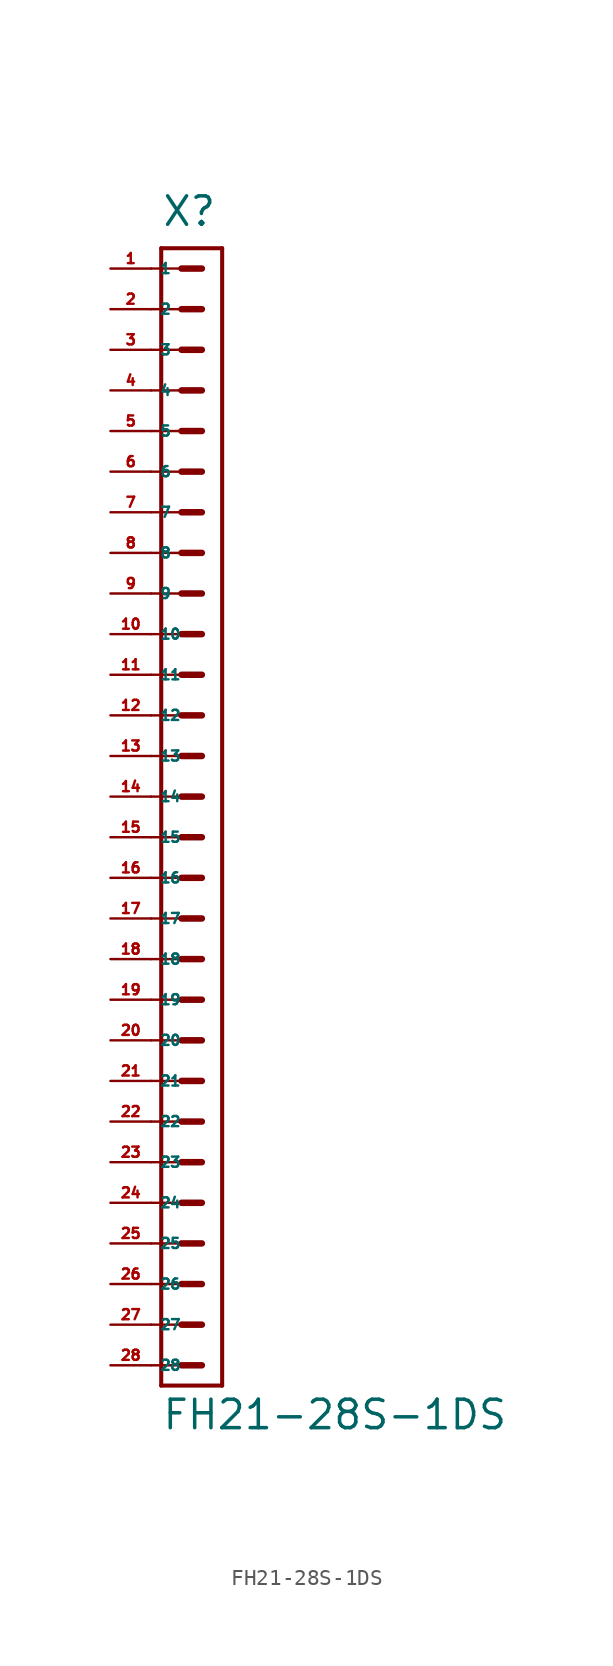
<source format=kicad_sym>
(kicad_symbol_lib
  (version 20220914)
  (generator Eagle2Kicad)
  (symbol "FH21-28S-1DS"
    (property "Reference" "X"
      (at -1.905 35.56 0)
      (effects (font (size 1.778 1.778) (thickness 0.22)) (justify left bottom)))
    (property "Value" "FH21-28S-1DS"
      (at -1.905 -39.688 0)
      (effects (font (size 1.778 1.778) (thickness 0.22)) (justify left bottom)))
    (polyline
      (pts (xy 1.905 34.29) (xy -1.905 34.29))
      (stroke (width 0.254) (type default))
      (fill (type none)))
    (polyline
      (pts (xy -1.905 -36.83) (xy -1.905 34.29))
      (stroke (width 0.254) (type default))
      (fill (type none)))
    (polyline
      (pts (xy -1.905 -36.83) (xy 1.905 -36.83))
      (stroke (width 0.254) (type default))
      (fill (type none)))
    (polyline
      (pts (xy 1.905 34.29) (xy 1.905 -36.83))
      (stroke (width 0.254) (type default))
      (fill (type none)))
    (polyline
      (pts (xy -2.54 33.02) (xy -0.635 33.02))
      (stroke (width 0.152) (type default))
      (fill (type none)))
    (polyline
      (pts (xy -2.54 30.48) (xy -0.635 30.48))
      (stroke (width 0.152) (type default))
      (fill (type none)))
    (polyline
      (pts (xy -2.54 27.94) (xy -0.635 27.94))
      (stroke (width 0.152) (type default))
      (fill (type none)))
    (polyline
      (pts (xy -2.54 25.4) (xy -0.635 25.4))
      (stroke (width 0.152) (type default))
      (fill (type none)))
    (polyline
      (pts (xy -2.54 22.86) (xy -0.635 22.86))
      (stroke (width 0.152) (type default))
      (fill (type none)))
    (polyline
      (pts (xy -2.54 20.32) (xy -0.635 20.32))
      (stroke (width 0.152) (type default))
      (fill (type none)))
    (polyline
      (pts (xy -0.635 33.02) (xy 0.635 33.02))
      (stroke (width 0.406) (type default))
      (fill (type none)))
    (polyline
      (pts (xy -0.635 30.48) (xy 0.635 30.48))
      (stroke (width 0.406) (type default))
      (fill (type none)))
    (polyline
      (pts (xy -0.635 27.94) (xy 0.635 27.94))
      (stroke (width 0.406) (type default))
      (fill (type none)))
    (polyline
      (pts (xy -0.635 25.4) (xy 0.635 25.4))
      (stroke (width 0.406) (type default))
      (fill (type none)))
    (polyline
      (pts (xy -0.635 22.86) (xy 0.635 22.86))
      (stroke (width 0.406) (type default))
      (fill (type none)))
    (polyline
      (pts (xy -0.635 20.32) (xy 0.635 20.32))
      (stroke (width 0.406) (type default))
      (fill (type none)))
    (polyline
      (pts (xy -2.54 17.78) (xy -0.635 17.78))
      (stroke (width 0.152) (type default))
      (fill (type none)))
    (polyline
      (pts (xy -2.54 15.24) (xy -0.635 15.24))
      (stroke (width 0.152) (type default))
      (fill (type none)))
    (polyline
      (pts (xy -0.635 17.78) (xy 0.635 17.78))
      (stroke (width 0.406) (type default))
      (fill (type none)))
    (polyline
      (pts (xy -0.635 15.24) (xy 0.635 15.24))
      (stroke (width 0.406) (type default))
      (fill (type none)))
    (polyline
      (pts (xy -2.54 12.7) (xy -0.635 12.7))
      (stroke (width 0.152) (type default))
      (fill (type none)))
    (polyline
      (pts (xy -2.54 10.16) (xy -0.635 10.16))
      (stroke (width 0.152) (type default))
      (fill (type none)))
    (polyline
      (pts (xy -0.635 12.7) (xy 0.635 12.7))
      (stroke (width 0.406) (type default))
      (fill (type none)))
    (polyline
      (pts (xy -0.635 10.16) (xy 0.635 10.16))
      (stroke (width 0.406) (type default))
      (fill (type none)))
    (polyline
      (pts (xy -2.54 7.62) (xy -0.635 7.62))
      (stroke (width 0.152) (type default))
      (fill (type none)))
    (polyline
      (pts (xy -2.54 5.08) (xy -0.635 5.08))
      (stroke (width 0.152) (type default))
      (fill (type none)))
    (polyline
      (pts (xy -0.635 7.62) (xy 0.635 7.62))
      (stroke (width 0.406) (type default))
      (fill (type none)))
    (polyline
      (pts (xy -0.635 5.08) (xy 0.635 5.08))
      (stroke (width 0.406) (type default))
      (fill (type none)))
    (polyline
      (pts (xy -2.54 2.54) (xy -0.635 2.54))
      (stroke (width 0.152) (type default))
      (fill (type none)))
    (polyline
      (pts (xy -2.54 0) (xy -0.635 0))
      (stroke (width 0.152) (type default))
      (fill (type none)))
    (polyline
      (pts (xy -0.635 2.54) (xy 0.635 2.54))
      (stroke (width 0.406) (type default))
      (fill (type none)))
    (polyline
      (pts (xy -0.635 0) (xy 0.635 0))
      (stroke (width 0.406) (type default))
      (fill (type none)))
    (polyline
      (pts (xy -2.54 -2.54) (xy -0.635 -2.54))
      (stroke (width 0.152) (type default))
      (fill (type none)))
    (polyline
      (pts (xy -2.54 -5.08) (xy -0.635 -5.08))
      (stroke (width 0.152) (type default))
      (fill (type none)))
    (polyline
      (pts (xy -0.635 -2.54) (xy 0.635 -2.54))
      (stroke (width 0.406) (type default))
      (fill (type none)))
    (polyline
      (pts (xy -0.635 -5.08) (xy 0.635 -5.08))
      (stroke (width 0.406) (type default))
      (fill (type none)))
    (polyline
      (pts (xy -2.54 -7.62) (xy -0.635 -7.62))
      (stroke (width 0.152) (type default))
      (fill (type none)))
    (polyline
      (pts (xy -2.54 -10.16) (xy -0.635 -10.16))
      (stroke (width 0.152) (type default))
      (fill (type none)))
    (polyline
      (pts (xy -0.635 -7.62) (xy 0.635 -7.62))
      (stroke (width 0.406) (type default))
      (fill (type none)))
    (polyline
      (pts (xy -0.635 -10.16) (xy 0.635 -10.16))
      (stroke (width 0.406) (type default))
      (fill (type none)))
    (polyline
      (pts (xy -2.54 -12.7) (xy -0.635 -12.7))
      (stroke (width 0.152) (type default))
      (fill (type none)))
    (polyline
      (pts (xy -2.54 -15.24) (xy -0.635 -15.24))
      (stroke (width 0.152) (type default))
      (fill (type none)))
    (polyline
      (pts (xy -0.635 -12.7) (xy 0.635 -12.7))
      (stroke (width 0.406) (type default))
      (fill (type none)))
    (polyline
      (pts (xy -0.635 -15.24) (xy 0.635 -15.24))
      (stroke (width 0.406) (type default))
      (fill (type none)))
    (polyline
      (pts (xy -0.635 -17.78) (xy 0.635 -17.78))
      (stroke (width 0.406) (type default))
      (fill (type none)))
    (polyline
      (pts (xy -0.635 -20.32) (xy 0.635 -20.32))
      (stroke (width 0.406) (type default))
      (fill (type none)))
    (polyline
      (pts (xy -2.54 -17.78) (xy -0.635 -17.78))
      (stroke (width 0.152) (type default))
      (fill (type none)))
    (polyline
      (pts (xy -2.54 -20.32) (xy -0.635 -20.32))
      (stroke (width 0.152) (type default))
      (fill (type none)))
    (polyline
      (pts (xy -2.54 -22.86) (xy -0.635 -22.86))
      (stroke (width 0.152) (type default))
      (fill (type none)))
    (polyline
      (pts (xy -2.54 -25.4) (xy -0.635 -25.4))
      (stroke (width 0.152) (type default))
      (fill (type none)))
    (polyline
      (pts (xy -0.635 -22.86) (xy 0.635 -22.86))
      (stroke (width 0.406) (type default))
      (fill (type none)))
    (polyline
      (pts (xy -0.635 -25.4) (xy 0.635 -25.4))
      (stroke (width 0.406) (type default))
      (fill (type none)))
    (polyline
      (pts (xy -2.54 -27.94) (xy -0.635 -27.94))
      (stroke (width 0.152) (type default))
      (fill (type none)))
    (polyline
      (pts (xy -2.54 -30.48) (xy -0.635 -30.48))
      (stroke (width 0.152) (type default))
      (fill (type none)))
    (polyline
      (pts (xy -0.635 -27.94) (xy 0.635 -27.94))
      (stroke (width 0.406) (type default))
      (fill (type none)))
    (polyline
      (pts (xy -0.635 -30.48) (xy 0.635 -30.48))
      (stroke (width 0.406) (type default))
      (fill (type none)))
    (polyline
      (pts (xy -2.54 -33.02) (xy -0.635 -33.02))
      (stroke (width 0.152) (type default))
      (fill (type none)))
    (polyline
      (pts (xy -2.54 -35.56) (xy -0.635 -35.56))
      (stroke (width 0.152) (type default))
      (fill (type none)))
    (polyline
      (pts (xy -0.635 -33.02) (xy 0.635 -33.02))
      (stroke (width 0.406) (type default))
      (fill (type none)))
    (polyline
      (pts (xy -0.635 -35.56) (xy 0.635 -35.56))
      (stroke (width 0.406) (type default))
      (fill (type none)))
    (pin passive line
      (at -5.08 33.02 0)
      (length 2.54)
      (name "1" (effects (font (size 0.635 0.635) (thickness 0.08)) (justify left bottom)))
      (number "1" (effects (font (size 0.635 0.635) (thickness 0.08)) (justify left bottom))))
    (pin passive line
      (at -5.08 30.48 0)
      (length 2.54)
      (name "2" (effects (font (size 0.635 0.635) (thickness 0.08)) (justify left bottom)))
      (number "2" (effects (font (size 0.635 0.635) (thickness 0.08)) (justify left bottom))))
    (pin passive line
      (at -5.08 27.94 0)
      (length 2.54)
      (name "3" (effects (font (size 0.635 0.635) (thickness 0.08)) (justify left bottom)))
      (number "3" (effects (font (size 0.635 0.635) (thickness 0.08)) (justify left bottom))))
    (pin passive line
      (at -5.08 25.4 0)
      (length 2.54)
      (name "4" (effects (font (size 0.635 0.635) (thickness 0.08)) (justify left bottom)))
      (number "4" (effects (font (size 0.635 0.635) (thickness 0.08)) (justify left bottom))))
    (pin passive line
      (at -5.08 22.86 0)
      (length 2.54)
      (name "5" (effects (font (size 0.635 0.635) (thickness 0.08)) (justify left bottom)))
      (number "5" (effects (font (size 0.635 0.635) (thickness 0.08)) (justify left bottom))))
    (pin passive line
      (at -5.08 20.32 0)
      (length 2.54)
      (name "6" (effects (font (size 0.635 0.635) (thickness 0.08)) (justify left bottom)))
      (number "6" (effects (font (size 0.635 0.635) (thickness 0.08)) (justify left bottom))))
    (pin passive line
      (at -5.08 17.78 0)
      (length 2.54)
      (name "7" (effects (font (size 0.635 0.635) (thickness 0.08)) (justify left bottom)))
      (number "7" (effects (font (size 0.635 0.635) (thickness 0.08)) (justify left bottom))))
    (pin passive line
      (at -5.08 15.24 0)
      (length 2.54)
      (name "8" (effects (font (size 0.635 0.635) (thickness 0.08)) (justify left bottom)))
      (number "8" (effects (font (size 0.635 0.635) (thickness 0.08)) (justify left bottom))))
    (pin passive line
      (at -5.08 12.7 0)
      (length 2.54)
      (name "9" (effects (font (size 0.635 0.635) (thickness 0.08)) (justify left bottom)))
      (number "9" (effects (font (size 0.635 0.635) (thickness 0.08)) (justify left bottom))))
    (pin passive line
      (at -5.08 10.16 0)
      (length 2.54)
      (name "10" (effects (font (size 0.635 0.635) (thickness 0.08)) (justify left bottom)))
      (number "10" (effects (font (size 0.635 0.635) (thickness 0.08)) (justify left bottom))))
    (pin passive line
      (at -5.08 7.62 0)
      (length 2.54)
      (name "11" (effects (font (size 0.635 0.635) (thickness 0.08)) (justify left bottom)))
      (number "11" (effects (font (size 0.635 0.635) (thickness 0.08)) (justify left bottom))))
    (pin passive line
      (at -5.08 5.08 0)
      (length 2.54)
      (name "12" (effects (font (size 0.635 0.635) (thickness 0.08)) (justify left bottom)))
      (number "12" (effects (font (size 0.635 0.635) (thickness 0.08)) (justify left bottom))))
    (pin passive line
      (at -5.08 2.54 0)
      (length 2.54)
      (name "13" (effects (font (size 0.635 0.635) (thickness 0.08)) (justify left bottom)))
      (number "13" (effects (font (size 0.635 0.635) (thickness 0.08)) (justify left bottom))))
    (pin passive line
      (at -5.08 0 0)
      (length 2.54)
      (name "14" (effects (font (size 0.635 0.635) (thickness 0.08)) (justify left bottom)))
      (number "14" (effects (font (size 0.635 0.635) (thickness 0.08)) (justify left bottom))))
    (pin passive line
      (at -5.08 -2.54 0)
      (length 2.54)
      (name "15" (effects (font (size 0.635 0.635) (thickness 0.08)) (justify left bottom)))
      (number "15" (effects (font (size 0.635 0.635) (thickness 0.08)) (justify left bottom))))
    (pin passive line
      (at -5.08 -5.08 0)
      (length 2.54)
      (name "16" (effects (font (size 0.635 0.635) (thickness 0.08)) (justify left bottom)))
      (number "16" (effects (font (size 0.635 0.635) (thickness 0.08)) (justify left bottom))))
    (pin passive line
      (at -5.08 -7.62 0)
      (length 2.54)
      (name "17" (effects (font (size 0.635 0.635) (thickness 0.08)) (justify left bottom)))
      (number "17" (effects (font (size 0.635 0.635) (thickness 0.08)) (justify left bottom))))
    (pin passive line
      (at -5.08 -10.16 0)
      (length 2.54)
      (name "18" (effects (font (size 0.635 0.635) (thickness 0.08)) (justify left bottom)))
      (number "18" (effects (font (size 0.635 0.635) (thickness 0.08)) (justify left bottom))))
    (pin passive line
      (at -5.08 -12.7 0)
      (length 2.54)
      (name "19" (effects (font (size 0.635 0.635) (thickness 0.08)) (justify left bottom)))
      (number "19" (effects (font (size 0.635 0.635) (thickness 0.08)) (justify left bottom))))
    (pin passive line
      (at -5.08 -15.24 0)
      (length 2.54)
      (name "20" (effects (font (size 0.635 0.635) (thickness 0.08)) (justify left bottom)))
      (number "20" (effects (font (size 0.635 0.635) (thickness 0.08)) (justify left bottom))))
    (pin passive line
      (at -5.08 -17.78 0)
      (length 2.54)
      (name "21" (effects (font (size 0.635 0.635) (thickness 0.08)) (justify left bottom)))
      (number "21" (effects (font (size 0.635 0.635) (thickness 0.08)) (justify left bottom))))
    (pin passive line
      (at -5.08 -20.32 0)
      (length 2.54)
      (name "22" (effects (font (size 0.635 0.635) (thickness 0.08)) (justify left bottom)))
      (number "22" (effects (font (size 0.635 0.635) (thickness 0.08)) (justify left bottom))))
    (pin passive line
      (at -5.08 -22.86 0)
      (length 2.54)
      (name "23" (effects (font (size 0.635 0.635) (thickness 0.08)) (justify left bottom)))
      (number "23" (effects (font (size 0.635 0.635) (thickness 0.08)) (justify left bottom))))
    (pin passive line
      (at -5.08 -25.4 0)
      (length 2.54)
      (name "24" (effects (font (size 0.635 0.635) (thickness 0.08)) (justify left bottom)))
      (number "24" (effects (font (size 0.635 0.635) (thickness 0.08)) (justify left bottom))))
    (pin passive line
      (at -5.08 -27.94 0)
      (length 2.54)
      (name "25" (effects (font (size 0.635 0.635) (thickness 0.08)) (justify left bottom)))
      (number "25" (effects (font (size 0.635 0.635) (thickness 0.08)) (justify left bottom))))
    (pin passive line
      (at -5.08 -30.48 0)
      (length 2.54)
      (name "26" (effects (font (size 0.635 0.635) (thickness 0.08)) (justify left bottom)))
      (number "26" (effects (font (size 0.635 0.635) (thickness 0.08)) (justify left bottom))))
    (pin passive line
      (at -5.08 -33.02 0)
      (length 2.54)
      (name "27" (effects (font (size 0.635 0.635) (thickness 0.08)) (justify left bottom)))
      (number "27" (effects (font (size 0.635 0.635) (thickness 0.08)) (justify left bottom))))
    (pin passive line
      (at -5.08 -35.56 0)
      (length 2.54)
      (name "28" (effects (font (size 0.635 0.635) (thickness 0.08)) (justify left bottom)))
      (number "28" (effects (font (size 0.635 0.635) (thickness 0.08)) (justify left bottom))))))
</source>
